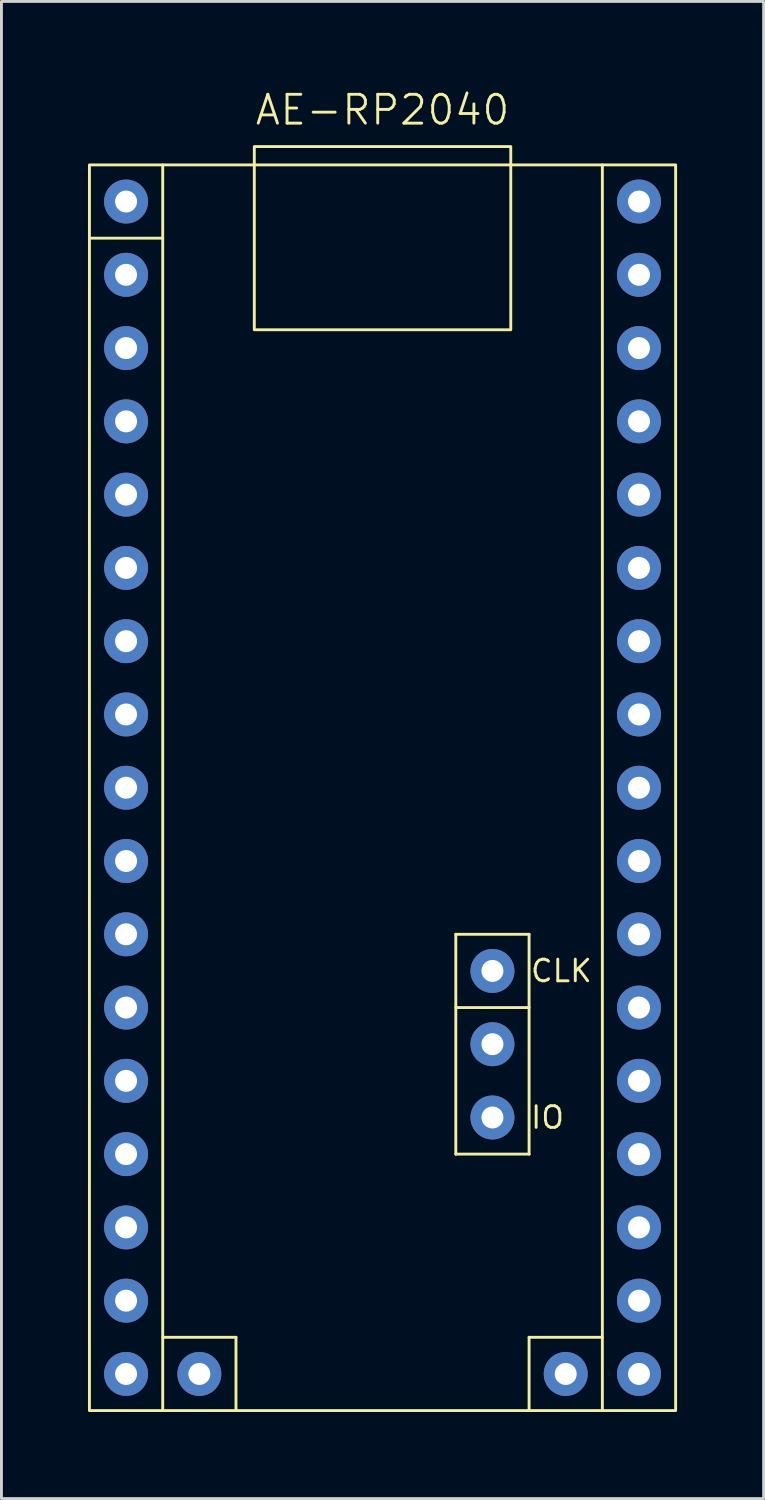
<source format=kicad_pcb>
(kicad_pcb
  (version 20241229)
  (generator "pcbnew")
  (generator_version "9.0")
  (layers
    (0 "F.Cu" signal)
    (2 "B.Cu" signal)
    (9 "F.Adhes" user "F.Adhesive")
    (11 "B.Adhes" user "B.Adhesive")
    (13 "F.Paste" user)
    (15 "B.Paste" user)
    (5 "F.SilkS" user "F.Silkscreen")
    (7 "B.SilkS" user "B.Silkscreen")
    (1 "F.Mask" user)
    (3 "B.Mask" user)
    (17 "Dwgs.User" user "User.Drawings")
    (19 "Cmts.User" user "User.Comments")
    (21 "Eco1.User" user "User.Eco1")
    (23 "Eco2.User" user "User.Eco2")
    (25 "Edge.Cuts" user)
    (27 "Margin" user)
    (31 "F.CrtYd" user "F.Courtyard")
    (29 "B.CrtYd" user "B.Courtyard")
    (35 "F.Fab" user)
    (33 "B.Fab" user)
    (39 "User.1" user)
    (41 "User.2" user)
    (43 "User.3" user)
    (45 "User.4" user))
  (footprint "AE-RP2040"
    (layer "F.Cu")
    (at 10.21 24.256)
    (property "Reference" "AE-RP2040" (at 0 -23.495 0) (unlocked yes) (layer "F.SilkS") (effects (font (size 1 1) (thickness 0.1))))
    (attr through_hole)
    (fp_line (start -7.62 -21.59) (end -7.62 21.59) (stroke (width 0.1) (type default)) (layer "F.SilkS"))
    (fp_line (start -7.62 -19.05) (end -10.16 -19.05) (stroke (width 0.1) (type default)) (layer "F.SilkS"))
    (fp_line (start -5.08 19.05) (end -7.62 19.05) (stroke (width 0.1) (type default)) (layer "F.SilkS"))
    (fp_line (start -5.08 21.59) (end -5.08 19.05) (stroke (width 0.1) (type default)) (layer "F.SilkS"))
    (fp_line (start 2.54 5.08) (end 2.54 12.7) (stroke (width 0.1) (type default)) (layer "F.SilkS"))
    (fp_line (start 2.54 7.62) (end 5.08 7.62) (stroke (width 0.1) (type default)) (layer "F.SilkS"))
    (fp_line (start 2.54 12.7) (end 5.08 12.7) (stroke (width 0.1) (type default)) (layer "F.SilkS"))
    (fp_line (start 5.08 5.08) (end 2.54 5.08) (stroke (width 0.1) (type default)) (layer "F.SilkS"))
    (fp_line (start 5.08 12.7) (end 5.08 5.08) (stroke (width 0.1) (type default)) (layer "F.SilkS"))
    (fp_line (start 5.08 19.05) (end 5.08 21.59) (stroke (width 0.1) (type default)) (layer "F.SilkS"))
    (fp_line (start 7.62 -21.59) (end 7.62 21.59) (stroke (width 0.1) (type default)) (layer "F.SilkS"))
    (fp_line (start 7.62 19.05) (end 5.08 19.05) (stroke (width 0.1) (type default)) (layer "F.SilkS"))
    (fp_rect (start -10.16 -21.59) (end 10.16 21.59) (stroke (width 0.1) (type default)) (fill no) (layer "F.SilkS"))
    (fp_rect (start -4.445 -22.225) (end 4.445 -15.875) (stroke (width 0.1) (type default)) (fill no) (layer "F.SilkS"))
    (fp_text user "CLK" (at 5.08 6.35 0) (unlocked yes) (layer "F.SilkS") (effects (font (size 0.75 0.75) (thickness 0.1)) (justify left)))
    (fp_text user "IO" (at 5.08 11.43 0) (unlocked yes) (layer "F.SilkS") (effects (font (size 0.75 0.75) (thickness 0.1)) (justify left)))
    (pad "1" thru_hole circle (at -8.89 -20.32) (size 1.524 1.524) (drill 0.762) (layers "*.Cu" "*.Mask"))
    (pad "2" thru_hole circle (at -8.89 -17.78) (size 1.524 1.524) (drill 0.762) (layers "*.Cu" "*.Mask"))
    (pad "3" thru_hole circle (at -8.89 -15.24) (size 1.524 1.524) (drill 0.762) (layers "*.Cu" "*.Mask"))
    (pad "4" thru_hole circle (at -8.89 -12.7) (size 1.524 1.524) (drill 0.762) (layers "*.Cu" "*.Mask"))
    (pad "5" thru_hole circle (at -8.89 -10.16) (size 1.524 1.524) (drill 0.762) (layers "*.Cu" "*.Mask"))
    (pad "6" thru_hole circle (at -8.89 -7.62) (size 1.524 1.524) (drill 0.762) (layers "*.Cu" "*.Mask"))
    (pad "7" thru_hole circle (at -8.89 -5.08) (size 1.524 1.524) (drill 0.762) (layers "*.Cu" "*.Mask"))
    (pad "8" thru_hole circle (at -8.89 -2.54) (size 1.524 1.524) (drill 0.762) (layers "*.Cu" "*.Mask"))
    (pad "9" thru_hole circle (at -8.89 0) (size 1.524 1.524) (drill 0.762) (layers "*.Cu" "*.Mask"))
    (pad "10" thru_hole circle (at -8.89 2.54) (size 1.524 1.524) (drill 0.762) (layers "*.Cu" "*.Mask"))
    (pad "11" thru_hole circle (at -8.89 5.08) (size 1.524 1.524) (drill 0.762) (layers "*.Cu" "*.Mask"))
    (pad "12" thru_hole circle (at -8.89 7.62) (size 1.524 1.524) (drill 0.762) (layers "*.Cu" "*.Mask"))
    (pad "13" thru_hole circle (at -8.89 10.16) (size 1.524 1.524) (drill 0.762) (layers "*.Cu" "*.Mask"))
    (pad "14" thru_hole circle (at -8.89 12.7) (size 1.524 1.524) (drill 0.762) (layers "*.Cu" "*.Mask"))
    (pad "15" thru_hole circle (at -8.89 15.24) (size 1.524 1.524) (drill 0.762) (layers "*.Cu" "*.Mask"))
    (pad "16" thru_hole circle (at -8.89 17.78) (size 1.524 1.524) (drill 0.762) (layers "*.Cu" "*.Mask"))
    (pad "17" thru_hole circle (at -8.89 20.32) (size 1.524 1.524) (drill 0.762) (layers "*.Cu" "*.Mask"))
    (pad "18" thru_hole circle (at 8.89 20.32) (size 1.524 1.524) (drill 0.762) (layers "*.Cu" "*.Mask"))
    (pad "19" thru_hole circle (at 8.89 17.78) (size 1.524 1.524) (drill 0.762) (layers "*.Cu" "*.Mask"))
    (pad "20" thru_hole circle (at 8.89 15.24) (size 1.524 1.524) (drill 0.762) (layers "*.Cu" "*.Mask"))
    (pad "21" thru_hole circle (at 8.89 12.7) (size 1.524 1.524) (drill 0.762) (layers "*.Cu" "*.Mask"))
    (pad "22" thru_hole circle (at 8.89 10.16) (size 1.524 1.524) (drill 0.762) (layers "*.Cu" "*.Mask"))
    (pad "23" thru_hole circle (at 8.89 7.62) (size 1.524 1.524) (drill 0.762) (layers "*.Cu" "*.Mask"))
    (pad "24" thru_hole circle (at 8.89 5.08) (size 1.524 1.524) (drill 0.762) (layers "*.Cu" "*.Mask"))
    (pad "25" thru_hole circle (at 8.89 2.54) (size 1.524 1.524) (drill 0.762) (layers "*.Cu" "*.Mask"))
    (pad "26" thru_hole circle (at 8.89 0) (size 1.524 1.524) (drill 0.762) (layers "*.Cu" "*.Mask"))
    (pad "27" thru_hole circle (at 8.89 -2.54) (size 1.524 1.524) (drill 0.762) (layers "*.Cu" "*.Mask"))
    (pad "28" thru_hole circle (at 8.89 -5.08) (size 1.524 1.524) (drill 0.762) (layers "*.Cu" "*.Mask"))
    (pad "29" thru_hole circle (at 8.89 -7.62) (size 1.524 1.524) (drill 0.762) (layers "*.Cu" "*.Mask"))
    (pad "30" thru_hole circle (at 8.89 -10.16) (size 1.524 1.524) (drill 0.762) (layers "*.Cu" "*.Mask"))
    (pad "31" thru_hole circle (at 8.89 -12.7) (size 1.524 1.524) (drill 0.762) (layers "*.Cu" "*.Mask"))
    (pad "32" thru_hole circle (at 8.89 -15.24) (size 1.524 1.524) (drill 0.762) (layers "*.Cu" "*.Mask"))
    (pad "33" thru_hole circle (at 8.89 -17.78) (size 1.524 1.524) (drill 0.762) (layers "*.Cu" "*.Mask"))
    (pad "34" thru_hole circle (at 8.89 -20.32) (size 1.524 1.524) (drill 0.762) (layers "*.Cu" "*.Mask"))
    (pad "35" thru_hole circle (at -6.35 20.32) (size 1.524 1.524) (drill 0.762) (layers "*.Cu" "*.Mask"))
    (pad "36" thru_hole circle (at 3.81 6.35) (size 1.524 1.524) (drill 0.762) (layers "*.Cu" "*.Mask"))
    (pad "37" thru_hole circle (at 3.81 8.89) (size 1.524 1.524) (drill 0.762) (layers "*.Cu" "*.Mask"))
    (pad "38" thru_hole circle (at 3.81 11.43) (size 1.524 1.524) (drill 0.762) (layers "*.Cu" "*.Mask"))
    (pad "39" thru_hole circle (at 6.35 20.32) (size 1.524 1.524) (drill 0.762) (layers "*.Cu" "*.Mask")))
  (gr_rect
    (start -3 -3)
    (end 23.42 48.895)
    (stroke (width 0.1) (type default))
    (fill no)
    (layer "Edge.Cuts")))
</source>
